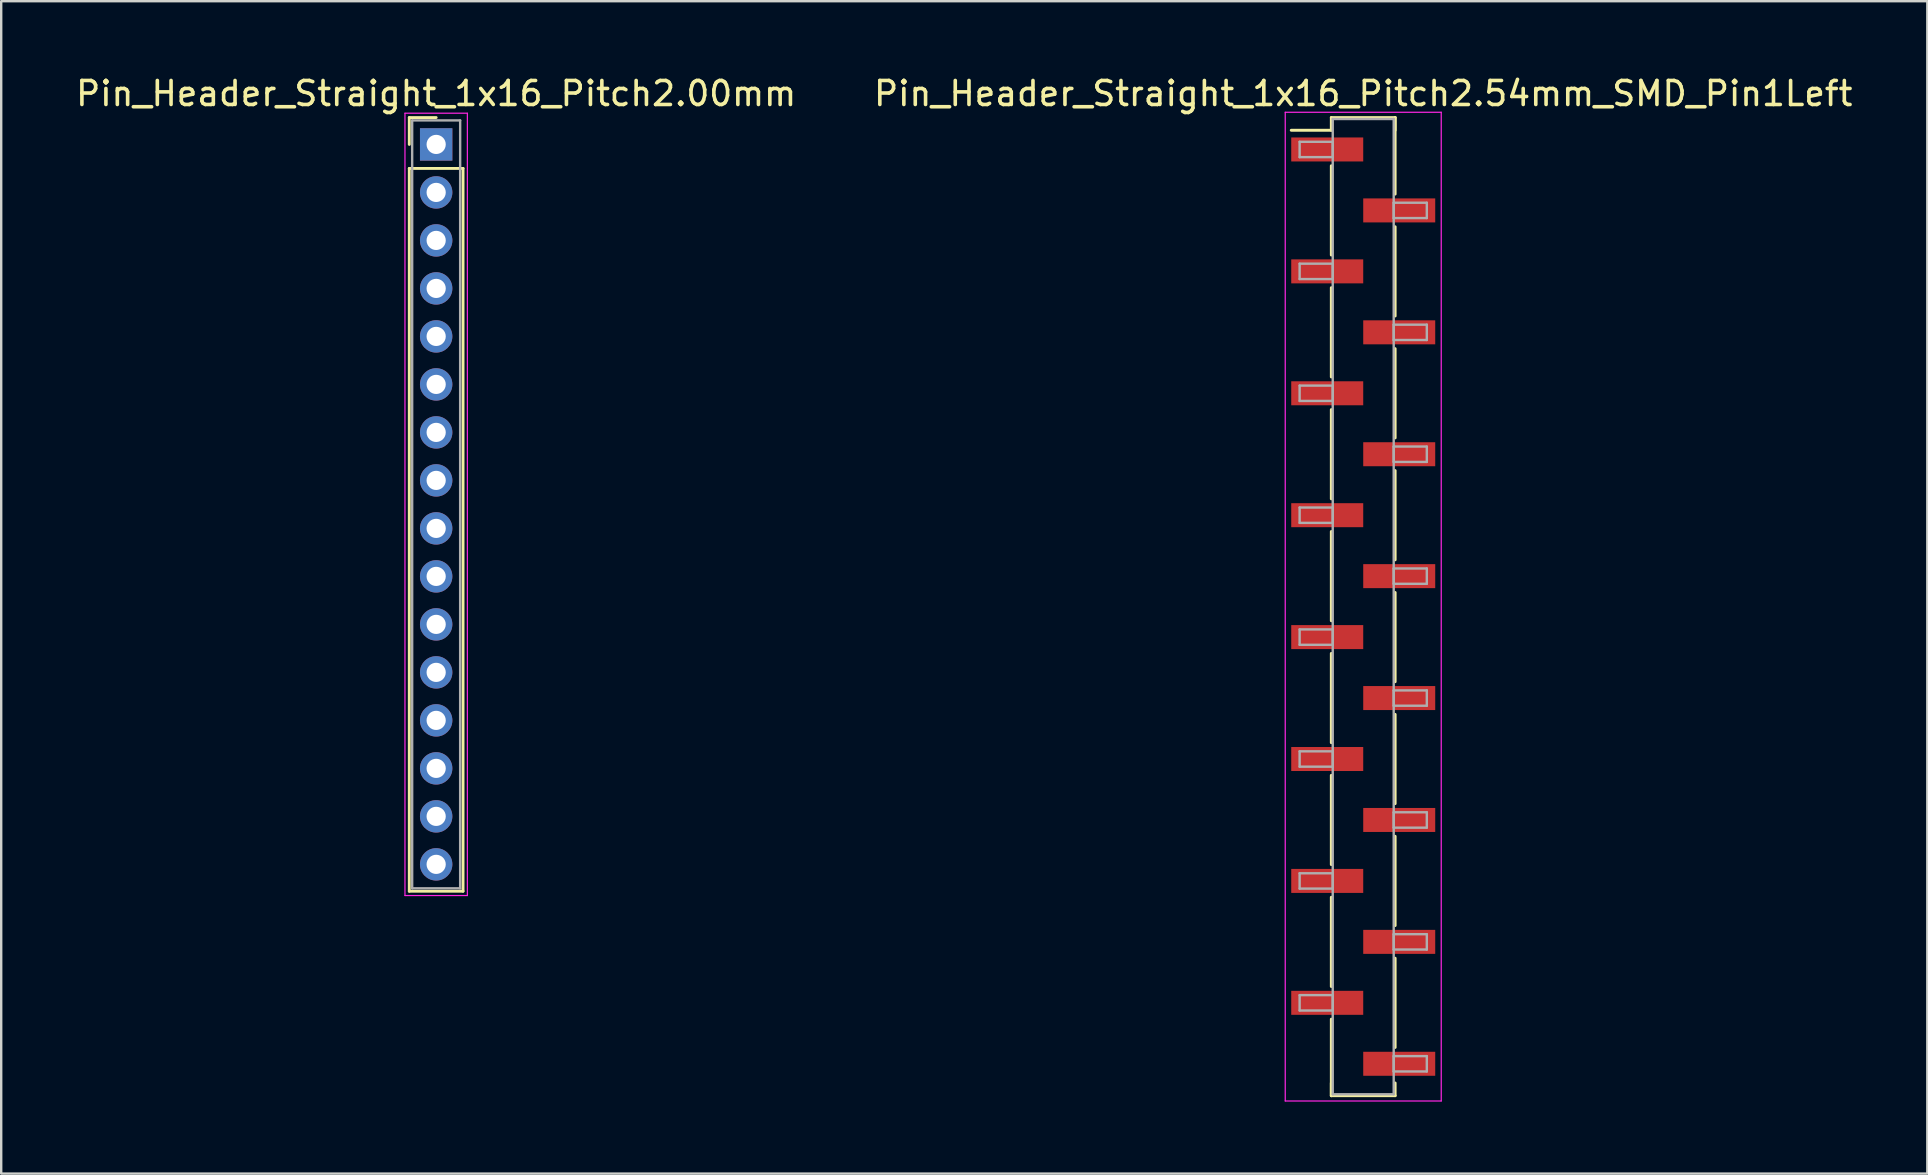
<source format=kicad_pcb>
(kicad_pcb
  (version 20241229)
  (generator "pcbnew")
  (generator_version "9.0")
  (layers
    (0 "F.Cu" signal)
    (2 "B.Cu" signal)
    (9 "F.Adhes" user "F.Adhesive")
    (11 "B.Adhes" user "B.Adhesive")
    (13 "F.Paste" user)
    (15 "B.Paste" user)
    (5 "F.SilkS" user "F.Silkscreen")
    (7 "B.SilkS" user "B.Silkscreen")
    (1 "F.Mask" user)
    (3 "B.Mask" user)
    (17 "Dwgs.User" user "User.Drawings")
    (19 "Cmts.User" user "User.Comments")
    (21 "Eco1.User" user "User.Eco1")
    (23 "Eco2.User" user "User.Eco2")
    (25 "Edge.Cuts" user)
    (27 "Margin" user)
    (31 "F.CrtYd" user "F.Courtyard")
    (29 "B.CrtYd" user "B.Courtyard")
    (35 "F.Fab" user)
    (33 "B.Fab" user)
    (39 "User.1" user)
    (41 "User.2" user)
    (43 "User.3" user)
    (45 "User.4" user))
  (footprint "Pin_Header_Straight_1x16_Pitch2.00mm"
    (layer "F.Cu")
    (at 15.125 2.968)
    (property "Reference" "Pin_Header_Straight_1x16_Pitch2.00mm" (at 0 -2.12 0) (layer "F.SilkS") (effects (font (size 1 1) (thickness 0.15))))
    (attr through_hole)
    (fp_line (start -1.12 -1.12) (end 0 -1.12) (stroke (width 0.12) (type solid)) (layer "F.SilkS"))
    (fp_line (start -1.12 0) (end -1.12 -1.12) (stroke (width 0.12) (type solid)) (layer "F.SilkS"))
    (fp_line (start -1.12 1) (end -1.12 31.12) (stroke (width 0.12) (type solid)) (layer "F.SilkS"))
    (fp_line (start -1.12 31.12) (end 1.12 31.12) (stroke (width 0.12) (type solid)) (layer "F.SilkS"))
    (fp_line (start 1.12 1) (end -1.12 1) (stroke (width 0.12) (type solid)) (layer "F.SilkS"))
    (fp_line (start 1.12 31.12) (end 1.12 1) (stroke (width 0.12) (type solid)) (layer "F.SilkS"))
    (fp_line (start -1.3 -1.3) (end -1.3 31.3) (stroke (width 0.05) (type solid)) (layer "F.CrtYd"))
    (fp_line (start -1.3 31.3) (end 1.3 31.3) (stroke (width 0.05) (type solid)) (layer "F.CrtYd"))
    (fp_line (start 1.3 -1.3) (end -1.3 -1.3) (stroke (width 0.05) (type solid)) (layer "F.CrtYd"))
    (fp_line (start 1.3 31.3) (end 1.3 -1.3) (stroke (width 0.05) (type solid)) (layer "F.CrtYd"))
    (fp_line (start -1 -1) (end -1 31) (stroke (width 0.1) (type solid)) (layer "F.Fab"))
    (fp_line (start -1 31) (end 1 31) (stroke (width 0.1) (type solid)) (layer "F.Fab"))
    (fp_line (start 1 -1) (end -1 -1) (stroke (width 0.1) (type solid)) (layer "F.Fab"))
    (fp_line (start 1 31) (end 1 -1) (stroke (width 0.1) (type solid)) (layer "F.Fab"))
    (pad "1" thru_hole rect (at 0 0) (size 1.35 1.35) (drill 0.8) (layers "*.Cu" "*.Mask"))
    (pad "2" thru_hole oval (at 0 2) (size 1.35 1.35) (drill 0.8) (layers "*.Cu" "*.Mask"))
    (pad "3" thru_hole oval (at 0 4) (size 1.35 1.35) (drill 0.8) (layers "*.Cu" "*.Mask"))
    (pad "4" thru_hole oval (at 0 6) (size 1.35 1.35) (drill 0.8) (layers "*.Cu" "*.Mask"))
    (pad "5" thru_hole oval (at 0 8) (size 1.35 1.35) (drill 0.8) (layers "*.Cu" "*.Mask"))
    (pad "6" thru_hole oval (at 0 10) (size 1.35 1.35) (drill 0.8) (layers "*.Cu" "*.Mask"))
    (pad "7" thru_hole oval (at 0 12) (size 1.35 1.35) (drill 0.8) (layers "*.Cu" "*.Mask"))
    (pad "8" thru_hole oval (at 0 14) (size 1.35 1.35) (drill 0.8) (layers "*.Cu" "*.Mask"))
    (pad "9" thru_hole oval (at 0 16) (size 1.35 1.35) (drill 0.8) (layers "*.Cu" "*.Mask"))
    (pad "10" thru_hole oval (at 0 18) (size 1.35 1.35) (drill 0.8) (layers "*.Cu" "*.Mask"))
    (pad "11" thru_hole oval (at 0 20) (size 1.35 1.35) (drill 0.8) (layers "*.Cu" "*.Mask"))
    (pad "12" thru_hole oval (at 0 22) (size 1.35 1.35) (drill 0.8) (layers "*.Cu" "*.Mask"))
    (pad "13" thru_hole oval (at 0 24) (size 1.35 1.35) (drill 0.8) (layers "*.Cu" "*.Mask"))
    (pad "14" thru_hole oval (at 0 26) (size 1.35 1.35) (drill 0.8) (layers "*.Cu" "*.Mask"))
    (pad "15" thru_hole oval (at 0 28) (size 1.35 1.35) (drill 0.8) (layers "*.Cu" "*.Mask"))
    (pad "16" thru_hole oval (at 0 30) (size 1.35 1.35) (drill 0.8) (layers "*.Cu" "*.Mask")))
  (footprint "Pin_Header_Straight_1x16_Pitch2.54mm_SMD_Pin1Left"
    (layer "F.Cu")
    (at 53.756 22.228)
    (property "Reference" "Pin_Header_Straight_1x16_Pitch2.54mm_SMD_Pin1Left" (at 0 -21.38 0) (layer "F.SilkS") (effects (font (size 1 1) (thickness 0.15))))
    (attr smd)
    (fp_line (start -1.33 -20.38) (end 1.33 -20.38) (stroke (width 0.12) (type solid)) (layer "F.SilkS"))
    (fp_line (start -1.33 -19.85) (end -3 -19.85) (stroke (width 0.12) (type solid)) (layer "F.SilkS"))
    (fp_line (start -1.33 -19.85) (end -1.33 -20.38) (stroke (width 0.12) (type solid)) (layer "F.SilkS"))
    (fp_line (start -1.33 -18.37) (end -1.33 -14.65) (stroke (width 0.12) (type solid)) (layer "F.SilkS"))
    (fp_line (start -1.33 -13.29) (end -1.33 -9.57) (stroke (width 0.12) (type solid)) (layer "F.SilkS"))
    (fp_line (start -1.33 -8.21) (end -1.33 -4.49) (stroke (width 0.12) (type solid)) (layer "F.SilkS"))
    (fp_line (start -1.33 -3.13) (end -1.33 0.59) (stroke (width 0.12) (type solid)) (layer "F.SilkS"))
    (fp_line (start -1.33 1.95) (end -1.33 5.67) (stroke (width 0.12) (type solid)) (layer "F.SilkS"))
    (fp_line (start -1.33 7.03) (end -1.33 10.75) (stroke (width 0.12) (type solid)) (layer "F.SilkS"))
    (fp_line (start -1.33 12.11) (end -1.33 15.83) (stroke (width 0.12) (type solid)) (layer "F.SilkS"))
    (fp_line (start -1.33 17.19) (end -1.33 20.38) (stroke (width 0.12) (type solid)) (layer "F.SilkS"))
    (fp_line (start -1.33 19.85) (end -1.33 20.38) (stroke (width 0.12) (type solid)) (layer "F.SilkS"))
    (fp_line (start -1.33 20.38) (end 1.33 20.38) (stroke (width 0.12) (type solid)) (layer "F.SilkS"))
    (fp_line (start 1.33 -20.38) (end 1.33 -19.85) (stroke (width 0.12) (type solid)) (layer "F.SilkS"))
    (fp_line (start 1.33 -20.38) (end 1.33 -17.19) (stroke (width 0.12) (type solid)) (layer "F.SilkS"))
    (fp_line (start 1.33 -15.83) (end 1.33 -12.11) (stroke (width 0.12) (type solid)) (layer "F.SilkS"))
    (fp_line (start 1.33 -10.75) (end 1.33 -7.03) (stroke (width 0.12) (type solid)) (layer "F.SilkS"))
    (fp_line (start 1.33 -5.67) (end 1.33 -1.95) (stroke (width 0.12) (type solid)) (layer "F.SilkS"))
    (fp_line (start 1.33 -0.59) (end 1.33 3.13) (stroke (width 0.12) (type solid)) (layer "F.SilkS"))
    (fp_line (start 1.33 4.49) (end 1.33 8.21) (stroke (width 0.12) (type solid)) (layer "F.SilkS"))
    (fp_line (start 1.33 9.57) (end 1.33 13.29) (stroke (width 0.12) (type solid)) (layer "F.SilkS"))
    (fp_line (start 1.33 14.65) (end 1.33 18.37) (stroke (width 0.12) (type solid)) (layer "F.SilkS"))
    (fp_line (start 1.33 20.38) (end 1.33 19.85) (stroke (width 0.12) (type solid)) (layer "F.SilkS"))
    (fp_line (start -3.25 -20.6) (end -3.25 20.6) (stroke (width 0.05) (type solid)) (layer "F.CrtYd"))
    (fp_line (start -3.25 20.6) (end 3.25 20.6) (stroke (width 0.05) (type solid)) (layer "F.CrtYd"))
    (fp_line (start 3.25 -20.6) (end -3.25 -20.6) (stroke (width 0.05) (type solid)) (layer "F.CrtYd"))
    (fp_line (start 3.25 20.6) (end 3.25 -20.6) (stroke (width 0.05) (type solid)) (layer "F.CrtYd"))
    (fp_line (start -2.65 -19.37) (end -1.27 -19.37) (stroke (width 0.1) (type solid)) (layer "F.Fab"))
    (fp_line (start -2.65 -18.73) (end -2.65 -19.37) (stroke (width 0.1) (type solid)) (layer "F.Fab"))
    (fp_line (start -2.65 -14.29) (end -1.27 -14.29) (stroke (width 0.1) (type solid)) (layer "F.Fab"))
    (fp_line (start -2.65 -13.65) (end -2.65 -14.29) (stroke (width 0.1) (type solid)) (layer "F.Fab"))
    (fp_line (start -2.65 -9.21) (end -1.27 -9.21) (stroke (width 0.1) (type solid)) (layer "F.Fab"))
    (fp_line (start -2.65 -8.57) (end -2.65 -9.21) (stroke (width 0.1) (type solid)) (layer "F.Fab"))
    (fp_line (start -2.65 -4.13) (end -1.27 -4.13) (stroke (width 0.1) (type solid)) (layer "F.Fab"))
    (fp_line (start -2.65 -3.49) (end -2.65 -4.13) (stroke (width 0.1) (type solid)) (layer "F.Fab"))
    (fp_line (start -2.65 0.95) (end -1.27 0.95) (stroke (width 0.1) (type solid)) (layer "F.Fab"))
    (fp_line (start -2.65 1.59) (end -2.65 0.95) (stroke (width 0.1) (type solid)) (layer "F.Fab"))
    (fp_line (start -2.65 6.03) (end -1.27 6.03) (stroke (width 0.1) (type solid)) (layer "F.Fab"))
    (fp_line (start -2.65 6.67) (end -2.65 6.03) (stroke (width 0.1) (type solid)) (layer "F.Fab"))
    (fp_line (start -2.65 11.11) (end -1.27 11.11) (stroke (width 0.1) (type solid)) (layer "F.Fab"))
    (fp_line (start -2.65 11.75) (end -2.65 11.11) (stroke (width 0.1) (type solid)) (layer "F.Fab"))
    (fp_line (start -2.65 16.19) (end -1.27 16.19) (stroke (width 0.1) (type solid)) (layer "F.Fab"))
    (fp_line (start -2.65 16.83) (end -2.65 16.19) (stroke (width 0.1) (type solid)) (layer "F.Fab"))
    (fp_line (start -1.27 -20.32) (end -1.27 20.32) (stroke (width 0.1) (type solid)) (layer "F.Fab"))
    (fp_line (start -1.27 -19.37) (end -1.27 -18.73) (stroke (width 0.1) (type solid)) (layer "F.Fab"))
    (fp_line (start -1.27 -18.73) (end -2.65 -18.73) (stroke (width 0.1) (type solid)) (layer "F.Fab"))
    (fp_line (start -1.27 -14.29) (end -1.27 -13.65) (stroke (width 0.1) (type solid)) (layer "F.Fab"))
    (fp_line (start -1.27 -13.65) (end -2.65 -13.65) (stroke (width 0.1) (type solid)) (layer "F.Fab"))
    (fp_line (start -1.27 -9.21) (end -1.27 -8.57) (stroke (width 0.1) (type solid)) (layer "F.Fab"))
    (fp_line (start -1.27 -8.57) (end -2.65 -8.57) (stroke (width 0.1) (type solid)) (layer "F.Fab"))
    (fp_line (start -1.27 -4.13) (end -1.27 -3.49) (stroke (width 0.1) (type solid)) (layer "F.Fab"))
    (fp_line (start -1.27 -3.49) (end -2.65 -3.49) (stroke (width 0.1) (type solid)) (layer "F.Fab"))
    (fp_line (start -1.27 0.95) (end -1.27 1.59) (stroke (width 0.1) (type solid)) (layer "F.Fab"))
    (fp_line (start -1.27 1.59) (end -2.65 1.59) (stroke (width 0.1) (type solid)) (layer "F.Fab"))
    (fp_line (start -1.27 6.03) (end -1.27 6.67) (stroke (width 0.1) (type solid)) (layer "F.Fab"))
    (fp_line (start -1.27 6.67) (end -2.65 6.67) (stroke (width 0.1) (type solid)) (layer "F.Fab"))
    (fp_line (start -1.27 11.11) (end -1.27 11.75) (stroke (width 0.1) (type solid)) (layer "F.Fab"))
    (fp_line (start -1.27 11.75) (end -2.65 11.75) (stroke (width 0.1) (type solid)) (layer "F.Fab"))
    (fp_line (start -1.27 16.19) (end -1.27 16.83) (stroke (width 0.1) (type solid)) (layer "F.Fab"))
    (fp_line (start -1.27 16.83) (end -2.65 16.83) (stroke (width 0.1) (type solid)) (layer "F.Fab"))
    (fp_line (start -1.27 20.32) (end 1.27 20.32) (stroke (width 0.1) (type solid)) (layer "F.Fab"))
    (fp_line (start 1.27 -20.32) (end -1.27 -20.32) (stroke (width 0.1) (type solid)) (layer "F.Fab"))
    (fp_line (start 1.27 -16.83) (end 1.27 -16.19) (stroke (width 0.1) (type solid)) (layer "F.Fab"))
    (fp_line (start 1.27 -16.19) (end 2.65 -16.19) (stroke (width 0.1) (type solid)) (layer "F.Fab"))
    (fp_line (start 1.27 -11.75) (end 1.27 -11.11) (stroke (width 0.1) (type solid)) (layer "F.Fab"))
    (fp_line (start 1.27 -11.11) (end 2.65 -11.11) (stroke (width 0.1) (type solid)) (layer "F.Fab"))
    (fp_line (start 1.27 -6.67) (end 1.27 -6.03) (stroke (width 0.1) (type solid)) (layer "F.Fab"))
    (fp_line (start 1.27 -6.03) (end 2.65 -6.03) (stroke (width 0.1) (type solid)) (layer "F.Fab"))
    (fp_line (start 1.27 -1.59) (end 1.27 -0.95) (stroke (width 0.1) (type solid)) (layer "F.Fab"))
    (fp_line (start 1.27 -0.95) (end 2.65 -0.95) (stroke (width 0.1) (type solid)) (layer "F.Fab"))
    (fp_line (start 1.27 3.49) (end 1.27 4.13) (stroke (width 0.1) (type solid)) (layer "F.Fab"))
    (fp_line (start 1.27 4.13) (end 2.65 4.13) (stroke (width 0.1) (type solid)) (layer "F.Fab"))
    (fp_line (start 1.27 8.57) (end 1.27 9.21) (stroke (width 0.1) (type solid)) (layer "F.Fab"))
    (fp_line (start 1.27 9.21) (end 2.65 9.21) (stroke (width 0.1) (type solid)) (layer "F.Fab"))
    (fp_line (start 1.27 13.65) (end 1.27 14.29) (stroke (width 0.1) (type solid)) (layer "F.Fab"))
    (fp_line (start 1.27 14.29) (end 2.65 14.29) (stroke (width 0.1) (type solid)) (layer "F.Fab"))
    (fp_line (start 1.27 18.73) (end 1.27 19.37) (stroke (width 0.1) (type solid)) (layer "F.Fab"))
    (fp_line (start 1.27 19.37) (end 2.65 19.37) (stroke (width 0.1) (type solid)) (layer "F.Fab"))
    (fp_line (start 1.27 20.32) (end 1.27 -20.32) (stroke (width 0.1) (type solid)) (layer "F.Fab"))
    (fp_line (start 2.65 -16.83) (end 1.27 -16.83) (stroke (width 0.1) (type solid)) (layer "F.Fab"))
    (fp_line (start 2.65 -16.19) (end 2.65 -16.83) (stroke (width 0.1) (type solid)) (layer "F.Fab"))
    (fp_line (start 2.65 -11.75) (end 1.27 -11.75) (stroke (width 0.1) (type solid)) (layer "F.Fab"))
    (fp_line (start 2.65 -11.11) (end 2.65 -11.75) (stroke (width 0.1) (type solid)) (layer "F.Fab"))
    (fp_line (start 2.65 -6.67) (end 1.27 -6.67) (stroke (width 0.1) (type solid)) (layer "F.Fab"))
    (fp_line (start 2.65 -6.03) (end 2.65 -6.67) (stroke (width 0.1) (type solid)) (layer "F.Fab"))
    (fp_line (start 2.65 -1.59) (end 1.27 -1.59) (stroke (width 0.1) (type solid)) (layer "F.Fab"))
    (fp_line (start 2.65 -0.95) (end 2.65 -1.59) (stroke (width 0.1) (type solid)) (layer "F.Fab"))
    (fp_line (start 2.65 3.49) (end 1.27 3.49) (stroke (width 0.1) (type solid)) (layer "F.Fab"))
    (fp_line (start 2.65 4.13) (end 2.65 3.49) (stroke (width 0.1) (type solid)) (layer "F.Fab"))
    (fp_line (start 2.65 8.57) (end 1.27 8.57) (stroke (width 0.1) (type solid)) (layer "F.Fab"))
    (fp_line (start 2.65 9.21) (end 2.65 8.57) (stroke (width 0.1) (type solid)) (layer "F.Fab"))
    (fp_line (start 2.65 13.65) (end 1.27 13.65) (stroke (width 0.1) (type solid)) (layer "F.Fab"))
    (fp_line (start 2.65 14.29) (end 2.65 13.65) (stroke (width 0.1) (type solid)) (layer "F.Fab"))
    (fp_line (start 2.65 18.73) (end 1.27 18.73) (stroke (width 0.1) (type solid)) (layer "F.Fab"))
    (fp_line (start 2.65 19.37) (end 2.65 18.73) (stroke (width 0.1) (type solid)) (layer "F.Fab"))
    (pad "1" smd rect (at -1.5 -19.05) (size 3 1) (layers "F.Cu" "F.Mask"))
    (pad "2" smd rect (at 1.5 -16.51) (size 3 1) (layers "F.Cu" "F.Mask"))
    (pad "3" smd rect (at -1.5 -13.97) (size 3 1) (layers "F.Cu" "F.Mask"))
    (pad "4" smd rect (at 1.5 -11.43) (size 3 1) (layers "F.Cu" "F.Mask"))
    (pad "5" smd rect (at -1.5 -8.89) (size 3 1) (layers "F.Cu" "F.Mask"))
    (pad "6" smd rect (at 1.5 -6.35) (size 3 1) (layers "F.Cu" "F.Mask"))
    (pad "7" smd rect (at -1.5 -3.81) (size 3 1) (layers "F.Cu" "F.Mask"))
    (pad "8" smd rect (at 1.5 -1.27) (size 3 1) (layers "F.Cu" "F.Mask"))
    (pad "9" smd rect (at -1.5 1.27) (size 3 1) (layers "F.Cu" "F.Mask"))
    (pad "10" smd rect (at 1.5 3.81) (size 3 1) (layers "F.Cu" "F.Mask"))
    (pad "11" smd rect (at -1.5 6.35) (size 3 1) (layers "F.Cu" "F.Mask"))
    (pad "12" smd rect (at 1.5 8.89) (size 3 1) (layers "F.Cu" "F.Mask"))
    (pad "13" smd rect (at -1.5 11.43) (size 3 1) (layers "F.Cu" "F.Mask"))
    (pad "14" smd rect (at 1.5 13.97) (size 3 1) (layers "F.Cu" "F.Mask"))
    (pad "15" smd rect (at -1.5 16.51) (size 3 1) (layers "F.Cu" "F.Mask"))
    (pad "16" smd rect (at 1.5 19.05) (size 3 1) (layers "F.Cu" "F.Mask")))
  (gr_rect
    (start -3 -3)
    (end 77.262 45.853)
    (stroke (width 0.1) (type default))
    (fill no)
    (layer "Edge.Cuts")))
</source>
